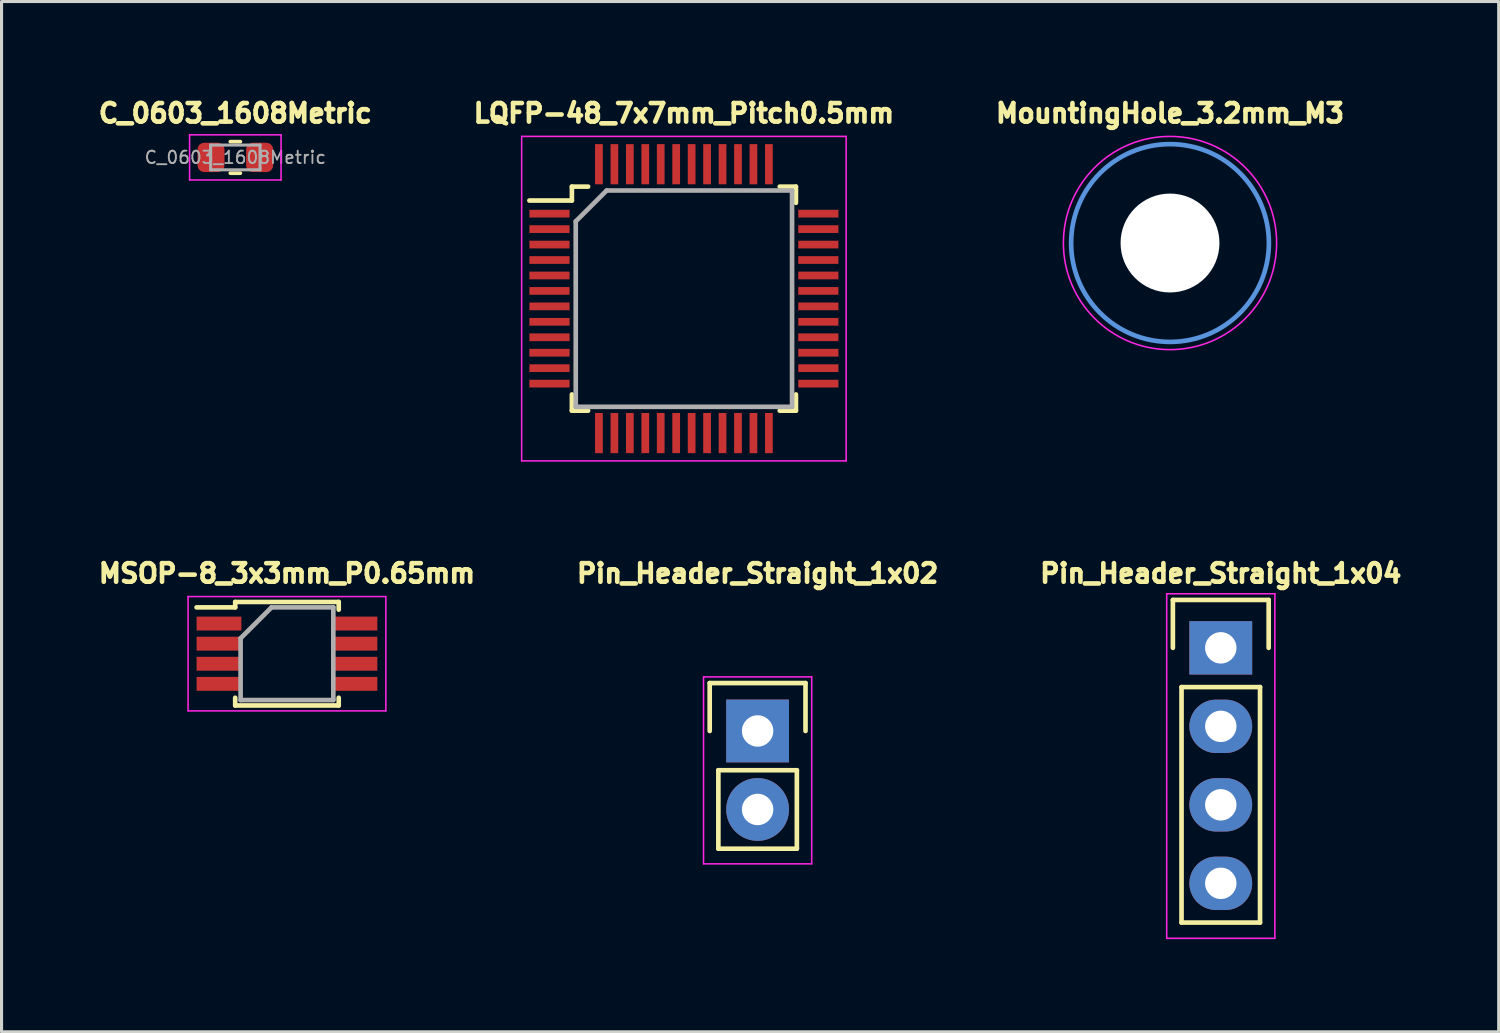
<source format=kicad_pcb>
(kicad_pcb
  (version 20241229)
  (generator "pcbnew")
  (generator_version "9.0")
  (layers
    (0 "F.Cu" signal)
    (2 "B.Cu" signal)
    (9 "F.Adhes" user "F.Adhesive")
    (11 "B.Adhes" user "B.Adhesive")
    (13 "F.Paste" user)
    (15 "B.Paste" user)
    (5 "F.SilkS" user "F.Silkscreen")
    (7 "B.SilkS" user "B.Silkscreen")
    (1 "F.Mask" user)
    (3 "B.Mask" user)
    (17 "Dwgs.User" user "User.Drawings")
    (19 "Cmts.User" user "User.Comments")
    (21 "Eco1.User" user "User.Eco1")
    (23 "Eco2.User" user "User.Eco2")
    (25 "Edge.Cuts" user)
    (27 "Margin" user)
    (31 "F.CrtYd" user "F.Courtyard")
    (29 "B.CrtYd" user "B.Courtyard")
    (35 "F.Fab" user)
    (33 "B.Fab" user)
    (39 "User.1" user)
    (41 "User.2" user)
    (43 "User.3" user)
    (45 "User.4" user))
  (footprint "Pin_Header_Straight_1x04"
    (layer "F.Cu")
    (at 36.454 17.914)
    (property "Reference" "Pin_Header_Straight_1x04" (at 0 -2.41 0) (layer "F.SilkS") (effects (font (size 0.6 0.6) (thickness 0.15))))
    (attr through_hole)
    (fp_line (start -1.55 -1.55) (end 1.55 -1.55) (stroke (width 0.15) (type solid)) (layer "F.SilkS"))
    (fp_line (start -1.55 0) (end -1.55 -1.55) (stroke (width 0.15) (type solid)) (layer "F.SilkS"))
    (fp_line (start -1.27 1.27) (end -1.27 8.89) (stroke (width 0.15) (type solid)) (layer "F.SilkS"))
    (fp_line (start -1.27 8.89) (end 1.27 8.89) (stroke (width 0.15) (type solid)) (layer "F.SilkS"))
    (fp_line (start 1.27 1.27) (end -1.27 1.27) (stroke (width 0.15) (type solid)) (layer "F.SilkS"))
    (fp_line (start 1.27 1.27) (end 1.27 8.89) (stroke (width 0.15) (type solid)) (layer "F.SilkS"))
    (fp_line (start 1.55 -1.55) (end 1.55 0) (stroke (width 0.15) (type solid)) (layer "F.SilkS"))
    (fp_line (start -1.75 -1.75) (end -1.75 9.4) (stroke (width 0.05) (type solid)) (layer "F.CrtYd"))
    (fp_line (start -1.75 -1.75) (end 1.75 -1.75) (stroke (width 0.05) (type solid)) (layer "F.CrtYd"))
    (fp_line (start -1.75 9.4) (end 1.75 9.4) (stroke (width 0.05) (type solid)) (layer "F.CrtYd"))
    (fp_line (start 1.75 -1.75) (end 1.75 9.4) (stroke (width 0.05) (type solid)) (layer "F.CrtYd"))
    (pad "1" thru_hole rect (at 0 0) (size 2.032 1.727) (drill 1.016) (layers "*.Cu" "*.Mask"))
    (pad "2" thru_hole oval (at 0 2.54) (size 2.032 1.727) (drill 1.016) (layers "*.Cu" "*.Mask"))
    (pad "3" thru_hole oval (at 0 5.08) (size 2.032 1.727) (drill 1.016) (layers "*.Cu" "*.Mask"))
    (pad "4" thru_hole oval (at 0 7.62) (size 2.032 1.727) (drill 1.016) (layers "*.Cu" "*.Mask")))
  (footprint "Pin_Header_Straight_1x02"
    (layer "F.Cu")
    (at 21.466 20.604)
    (property "Reference" "Pin_Header_Straight_1x02" (at 0 -5.1 180) (layer "F.SilkS") (effects (font (size 0.6 0.6) (thickness 0.15))))
    (attr through_hole)
    (fp_line (start -1.55 -1.55) (end 1.55 -1.55) (stroke (width 0.15) (type solid)) (layer "F.SilkS"))
    (fp_line (start -1.55 0) (end -1.55 -1.55) (stroke (width 0.15) (type solid)) (layer "F.SilkS"))
    (fp_line (start -1.27 1.27) (end -1.27 3.81) (stroke (width 0.15) (type solid)) (layer "F.SilkS"))
    (fp_line (start -1.27 3.81) (end 1.27 3.81) (stroke (width 0.15) (type solid)) (layer "F.SilkS"))
    (fp_line (start 1.27 1.27) (end -1.27 1.27) (stroke (width 0.15) (type solid)) (layer "F.SilkS"))
    (fp_line (start 1.27 1.27) (end 1.27 3.81) (stroke (width 0.15) (type solid)) (layer "F.SilkS"))
    (fp_line (start 1.55 -1.55) (end 1.55 0) (stroke (width 0.15) (type solid)) (layer "F.SilkS"))
    (fp_line (start -1.75 -1.75) (end -1.75 4.3) (stroke (width 0.05) (type solid)) (layer "F.CrtYd"))
    (fp_line (start -1.75 -1.75) (end 1.75 -1.75) (stroke (width 0.05) (type solid)) (layer "F.CrtYd"))
    (fp_line (start -1.75 4.3) (end 1.75 4.3) (stroke (width 0.05) (type solid)) (layer "F.CrtYd"))
    (fp_line (start 1.75 -1.75) (end 1.75 4.3) (stroke (width 0.05) (type solid)) (layer "F.CrtYd"))
    (pad "1" thru_hole rect (at 0 0) (size 2.032 2.032) (drill 1.016) (layers "*.Cu" "*.Mask"))
    (pad "2" thru_hole oval (at 0 2.54) (size 2.032 2.032) (drill 1.016) (layers "*.Cu" "*.Mask")))
  (footprint "LQFP-48_7x7mm_Pitch0.5mm"
    (layer "F.Cu")
    (at 19.081 6.614)
    (property "Reference" "LQFP-48_7x7mm_Pitch0.5mm" (at 0 -6 180) (layer "F.SilkS") (effects (font (size 0.6 0.6) (thickness 0.15))))
    (attr smd)
    (fp_line (start -3.625 -3.625) (end -3.625 -3.175) (stroke (width 0.15) (type solid)) (layer "F.SilkS"))
    (fp_line (start -3.625 -3.625) (end -3.1 -3.625) (stroke (width 0.15) (type solid)) (layer "F.SilkS"))
    (fp_line (start -3.625 -3.175) (end -5 -3.175) (stroke (width 0.15) (type solid)) (layer "F.SilkS"))
    (fp_line (start -3.625 3.625) (end -3.625 3.1) (stroke (width 0.15) (type solid)) (layer "F.SilkS"))
    (fp_line (start -3.625 3.625) (end -3.1 3.625) (stroke (width 0.15) (type solid)) (layer "F.SilkS"))
    (fp_line (start 3.625 -3.625) (end 3.1 -3.625) (stroke (width 0.15) (type solid)) (layer "F.SilkS"))
    (fp_line (start 3.625 -3.625) (end 3.625 -3.1) (stroke (width 0.15) (type solid)) (layer "F.SilkS"))
    (fp_line (start 3.625 3.625) (end 3.1 3.625) (stroke (width 0.15) (type solid)) (layer "F.SilkS"))
    (fp_line (start 3.625 3.625) (end 3.625 3.1) (stroke (width 0.15) (type solid)) (layer "F.SilkS"))
    (fp_line (start -5.25 -5.25) (end -5.25 5.25) (stroke (width 0.05) (type solid)) (layer "F.CrtYd"))
    (fp_line (start -5.25 -5.25) (end 5.25 -5.25) (stroke (width 0.05) (type solid)) (layer "F.CrtYd"))
    (fp_line (start -5.25 5.25) (end 5.25 5.25) (stroke (width 0.05) (type solid)) (layer "F.CrtYd"))
    (fp_line (start 5.25 -5.25) (end 5.25 5.25) (stroke (width 0.05) (type solid)) (layer "F.CrtYd"))
    (fp_line (start -3.5 -2.5) (end -2.5 -3.5) (stroke (width 0.15) (type solid)) (layer "F.Fab"))
    (fp_line (start -3.5 3.5) (end -3.5 -2.5) (stroke (width 0.15) (type solid)) (layer "F.Fab"))
    (fp_line (start -2.5 -3.5) (end 3.5 -3.5) (stroke (width 0.15) (type solid)) (layer "F.Fab"))
    (fp_line (start 3.5 -3.5) (end 3.5 3.5) (stroke (width 0.15) (type solid)) (layer "F.Fab"))
    (fp_line (start 3.5 3.5) (end -3.5 3.5) (stroke (width 0.15) (type solid)) (layer "F.Fab"))
    (pad "1" smd rect (at -4.35 -2.75) (size 1.3 0.25) (layers "F.Cu" "F.Mask" "F.Paste"))
    (pad "2" smd rect (at -4.35 -2.25) (size 1.3 0.25) (layers "F.Cu" "F.Mask" "F.Paste"))
    (pad "3" smd rect (at -4.35 -1.75) (size 1.3 0.25) (layers "F.Cu" "F.Mask" "F.Paste"))
    (pad "4" smd rect (at -4.35 -1.25) (size 1.3 0.25) (layers "F.Cu" "F.Mask" "F.Paste"))
    (pad "5" smd rect (at -4.35 -0.75) (size 1.3 0.25) (layers "F.Cu" "F.Mask" "F.Paste"))
    (pad "6" smd rect (at -4.35 -0.25) (size 1.3 0.25) (layers "F.Cu" "F.Mask" "F.Paste"))
    (pad "7" smd rect (at -4.35 0.25) (size 1.3 0.25) (layers "F.Cu" "F.Mask" "F.Paste"))
    (pad "8" smd rect (at -4.35 0.75) (size 1.3 0.25) (layers "F.Cu" "F.Mask" "F.Paste"))
    (pad "9" smd rect (at -4.35 1.25) (size 1.3 0.25) (layers "F.Cu" "F.Mask" "F.Paste"))
    (pad "10" smd rect (at -4.35 1.75) (size 1.3 0.25) (layers "F.Cu" "F.Mask" "F.Paste"))
    (pad "11" smd rect (at -4.35 2.25) (size 1.3 0.25) (layers "F.Cu" "F.Mask" "F.Paste"))
    (pad "12" smd rect (at -4.35 2.75) (size 1.3 0.25) (layers "F.Cu" "F.Mask" "F.Paste"))
    (pad "13" smd rect (at -2.75 4.35 90) (size 1.3 0.25) (layers "F.Cu" "F.Mask" "F.Paste"))
    (pad "14" smd rect (at -2.25 4.35 90) (size 1.3 0.25) (layers "F.Cu" "F.Mask" "F.Paste"))
    (pad "15" smd rect (at -1.75 4.35 90) (size 1.3 0.25) (layers "F.Cu" "F.Mask" "F.Paste"))
    (pad "16" smd rect (at -1.25 4.35 90) (size 1.3 0.25) (layers "F.Cu" "F.Mask" "F.Paste"))
    (pad "17" smd rect (at -0.75 4.35 90) (size 1.3 0.25) (layers "F.Cu" "F.Mask" "F.Paste"))
    (pad "18" smd rect (at -0.25 4.35 90) (size 1.3 0.25) (layers "F.Cu" "F.Mask" "F.Paste"))
    (pad "19" smd rect (at 0.25 4.35 90) (size 1.3 0.25) (layers "F.Cu" "F.Mask" "F.Paste"))
    (pad "20" smd rect (at 0.75 4.35 90) (size 1.3 0.25) (layers "F.Cu" "F.Mask" "F.Paste"))
    (pad "21" smd rect (at 1.25 4.35 90) (size 1.3 0.25) (layers "F.Cu" "F.Mask" "F.Paste"))
    (pad "22" smd rect (at 1.75 4.35 90) (size 1.3 0.25) (layers "F.Cu" "F.Mask" "F.Paste"))
    (pad "23" smd rect (at 2.25 4.35 90) (size 1.3 0.25) (layers "F.Cu" "F.Mask" "F.Paste"))
    (pad "24" smd rect (at 2.75 4.35 90) (size 1.3 0.25) (layers "F.Cu" "F.Mask" "F.Paste"))
    (pad "25" smd rect (at 4.35 2.75) (size 1.3 0.25) (layers "F.Cu" "F.Mask" "F.Paste"))
    (pad "26" smd rect (at 4.35 2.25) (size 1.3 0.25) (layers "F.Cu" "F.Mask" "F.Paste"))
    (pad "27" smd rect (at 4.35 1.75) (size 1.3 0.25) (layers "F.Cu" "F.Mask" "F.Paste"))
    (pad "28" smd rect (at 4.35 1.25) (size 1.3 0.25) (layers "F.Cu" "F.Mask" "F.Paste"))
    (pad "29" smd rect (at 4.35 0.75) (size 1.3 0.25) (layers "F.Cu" "F.Mask" "F.Paste"))
    (pad "30" smd rect (at 4.35 0.25) (size 1.3 0.25) (layers "F.Cu" "F.Mask" "F.Paste"))
    (pad "31" smd rect (at 4.35 -0.25) (size 1.3 0.25) (layers "F.Cu" "F.Mask" "F.Paste"))
    (pad "32" smd rect (at 4.35 -0.75) (size 1.3 0.25) (layers "F.Cu" "F.Mask" "F.Paste"))
    (pad "33" smd rect (at 4.35 -1.25) (size 1.3 0.25) (layers "F.Cu" "F.Mask" "F.Paste"))
    (pad "34" smd rect (at 4.35 -1.75) (size 1.3 0.25) (layers "F.Cu" "F.Mask" "F.Paste"))
    (pad "35" smd rect (at 4.35 -2.25) (size 1.3 0.25) (layers "F.Cu" "F.Mask" "F.Paste"))
    (pad "36" smd rect (at 4.35 -2.75) (size 1.3 0.25) (layers "F.Cu" "F.Mask" "F.Paste"))
    (pad "37" smd rect (at 2.75 -4.35 90) (size 1.3 0.25) (layers "F.Cu" "F.Mask" "F.Paste"))
    (pad "38" smd rect (at 2.25 -4.35 90) (size 1.3 0.25) (layers "F.Cu" "F.Mask" "F.Paste"))
    (pad "39" smd rect (at 1.75 -4.35 90) (size 1.3 0.25) (layers "F.Cu" "F.Mask" "F.Paste"))
    (pad "40" smd rect (at 1.25 -4.35 90) (size 1.3 0.25) (layers "F.Cu" "F.Mask" "F.Paste"))
    (pad "41" smd rect (at 0.75 -4.35 90) (size 1.3 0.25) (layers "F.Cu" "F.Mask" "F.Paste"))
    (pad "42" smd rect (at 0.25 -4.35 90) (size 1.3 0.25) (layers "F.Cu" "F.Mask" "F.Paste"))
    (pad "43" smd rect (at -0.25 -4.35 90) (size 1.3 0.25) (layers "F.Cu" "F.Mask" "F.Paste"))
    (pad "44" smd rect (at -0.75 -4.35 90) (size 1.3 0.25) (layers "F.Cu" "F.Mask" "F.Paste"))
    (pad "45" smd rect (at -1.25 -4.35 90) (size 1.3 0.25) (layers "F.Cu" "F.Mask" "F.Paste"))
    (pad "46" smd rect (at -1.75 -4.35 90) (size 1.3 0.25) (layers "F.Cu" "F.Mask" "F.Paste"))
    (pad "47" smd rect (at -2.25 -4.35 90) (size 1.3 0.25) (layers "F.Cu" "F.Mask" "F.Paste"))
    (pad "48" smd rect (at -2.75 -4.35 90) (size 1.3 0.25) (layers "F.Cu" "F.Mask" "F.Paste")))
  (footprint "MSOP-8_3x3mm_P0.65mm"
    (layer "F.Cu")
    (at 6.236 18.104)
    (property "Reference" "MSOP-8_3x3mm_P0.65mm" (at 0 -2.6 180) (layer "F.SilkS") (effects (font (size 0.6 0.6) (thickness 0.15))))
    (attr smd)
    (fp_line (start -1.675 -1.675) (end -1.675 -1.5) (stroke (width 0.15) (type solid)) (layer "F.SilkS"))
    (fp_line (start -1.675 -1.675) (end 1.675 -1.675) (stroke (width 0.15) (type solid)) (layer "F.SilkS"))
    (fp_line (start -1.675 -1.5) (end -2.925 -1.5) (stroke (width 0.15) (type solid)) (layer "F.SilkS"))
    (fp_line (start -1.675 1.675) (end -1.675 1.425) (stroke (width 0.15) (type solid)) (layer "F.SilkS"))
    (fp_line (start -1.675 1.675) (end 1.675 1.675) (stroke (width 0.15) (type solid)) (layer "F.SilkS"))
    (fp_line (start 1.675 -1.675) (end 1.675 -1.425) (stroke (width 0.15) (type solid)) (layer "F.SilkS"))
    (fp_line (start 1.675 1.675) (end 1.675 1.425) (stroke (width 0.15) (type solid)) (layer "F.SilkS"))
    (fp_line (start -3.2 -1.85) (end -3.2 1.85) (stroke (width 0.05) (type solid)) (layer "F.CrtYd"))
    (fp_line (start -3.2 -1.85) (end 3.2 -1.85) (stroke (width 0.05) (type solid)) (layer "F.CrtYd"))
    (fp_line (start -3.2 1.85) (end 3.2 1.85) (stroke (width 0.05) (type solid)) (layer "F.CrtYd"))
    (fp_line (start 3.2 -1.85) (end 3.2 1.85) (stroke (width 0.05) (type solid)) (layer "F.CrtYd"))
    (fp_line (start -1.5 -0.5) (end -0.5 -1.5) (stroke (width 0.15) (type solid)) (layer "F.Fab"))
    (fp_line (start -1.5 1.5) (end -1.5 -0.5) (stroke (width 0.15) (type solid)) (layer "F.Fab"))
    (fp_line (start -0.5 -1.5) (end 1.5 -1.5) (stroke (width 0.15) (type solid)) (layer "F.Fab"))
    (fp_line (start 1.5 -1.5) (end 1.5 1.5) (stroke (width 0.15) (type solid)) (layer "F.Fab"))
    (fp_line (start 1.5 1.5) (end -1.5 1.5) (stroke (width 0.15) (type solid)) (layer "F.Fab"))
    (pad "1" smd rect (at -2.2 -0.975) (size 1.45 0.45) (layers "F.Cu" "F.Mask" "F.Paste"))
    (pad "2" smd rect (at -2.2 -0.325) (size 1.45 0.45) (layers "F.Cu" "F.Mask" "F.Paste"))
    (pad "3" smd rect (at -2.2 0.325) (size 1.45 0.45) (layers "F.Cu" "F.Mask" "F.Paste"))
    (pad "4" smd rect (at -2.2 0.975) (size 1.45 0.45) (layers "F.Cu" "F.Mask" "F.Paste"))
    (pad "5" smd rect (at 2.2 0.975) (size 1.45 0.45) (layers "F.Cu" "F.Mask" "F.Paste"))
    (pad "6" smd rect (at 2.2 0.325) (size 1.45 0.45) (layers "F.Cu" "F.Mask" "F.Paste"))
    (pad "7" smd rect (at 2.2 -0.325) (size 1.45 0.45) (layers "F.Cu" "F.Mask" "F.Paste"))
    (pad "8" smd rect (at 2.2 -0.975) (size 1.45 0.45) (layers "F.Cu" "F.Mask" "F.Paste")))
  (footprint "MountingHole_3.2mm_M3"
    (layer "F.Cu")
    (at 34.811 4.814)
    (property "Reference" "MountingHole_3.2mm_M3" (at 0 -4.2 0) (layer "F.SilkS") (effects (font (size 0.6 0.6) (thickness 0.15))))
    (attr through_hole)
    (fp_circle (center 0 0) (end 3.2 0) (stroke (width 0.15) (type solid)) (fill no) (layer "Cmts.User"))
    (fp_circle (center 0 0) (end 3.45 0) (stroke (width 0.05) (type solid)) (fill no) (layer "F.CrtYd"))
    (pad "" np_thru_hole circle (at 0 0) (size 3.2 3.2) (drill 3.2) (layers "*.Cu" "*.Mask")))
  (footprint "C_0603_1608Metric"
    (layer "F.Cu")
    (at 4.565 2.044)
    (property "Reference" "C_0603_1608Metric" (at 0 -1.43 0) (layer "F.SilkS") (effects (font (size 0.6 0.6) (thickness 0.15))))
    (attr smd)
    (fp_line (start -0.163 -0.51) (end 0.163 -0.51) (stroke (width 0.12) (type solid)) (layer "F.SilkS"))
    (fp_line (start -0.163 0.51) (end 0.163 0.51) (stroke (width 0.12) (type solid)) (layer "F.SilkS"))
    (fp_line (start -1.48 -0.73) (end 1.48 -0.73) (stroke (width 0.05) (type solid)) (layer "F.CrtYd"))
    (fp_line (start -1.48 0.73) (end -1.48 -0.73) (stroke (width 0.05) (type solid)) (layer "F.CrtYd"))
    (fp_line (start 1.48 -0.73) (end 1.48 0.73) (stroke (width 0.05) (type solid)) (layer "F.CrtYd"))
    (fp_line (start 1.48 0.73) (end -1.48 0.73) (stroke (width 0.05) (type solid)) (layer "F.CrtYd"))
    (fp_line (start -0.8 -0.4) (end 0.8 -0.4) (stroke (width 0.1) (type solid)) (layer "F.Fab"))
    (fp_line (start -0.8 0.4) (end -0.8 -0.4) (stroke (width 0.1) (type solid)) (layer "F.Fab"))
    (fp_line (start 0.8 -0.4) (end 0.8 0.4) (stroke (width 0.1) (type solid)) (layer "F.Fab"))
    (fp_line (start 0.8 0.4) (end -0.8 0.4) (stroke (width 0.1) (type solid)) (layer "F.Fab"))
    (fp_text user "${REFERENCE}" (at 0 0 0) (layer "F.Fab") (effects (font (size 0.4 0.4) (thickness 0.06))))
    (pad "1" smd roundrect (at -0.787 0) (size 0.875 0.95) (layers "F.Cu" "F.Mask" "F.Paste") (roundrect_rratio 0.25))
    (pad "2" smd roundrect (at 0.787 0) (size 0.875 0.95) (layers "F.Cu" "F.Mask" "F.Paste") (roundrect_rratio 0.25)))
  (gr_rect
    (start -3 -3)
    (end 45.447 30.339)
    (stroke (width 0.1) (type default))
    (fill no)
    (layer "Edge.Cuts")))
</source>
